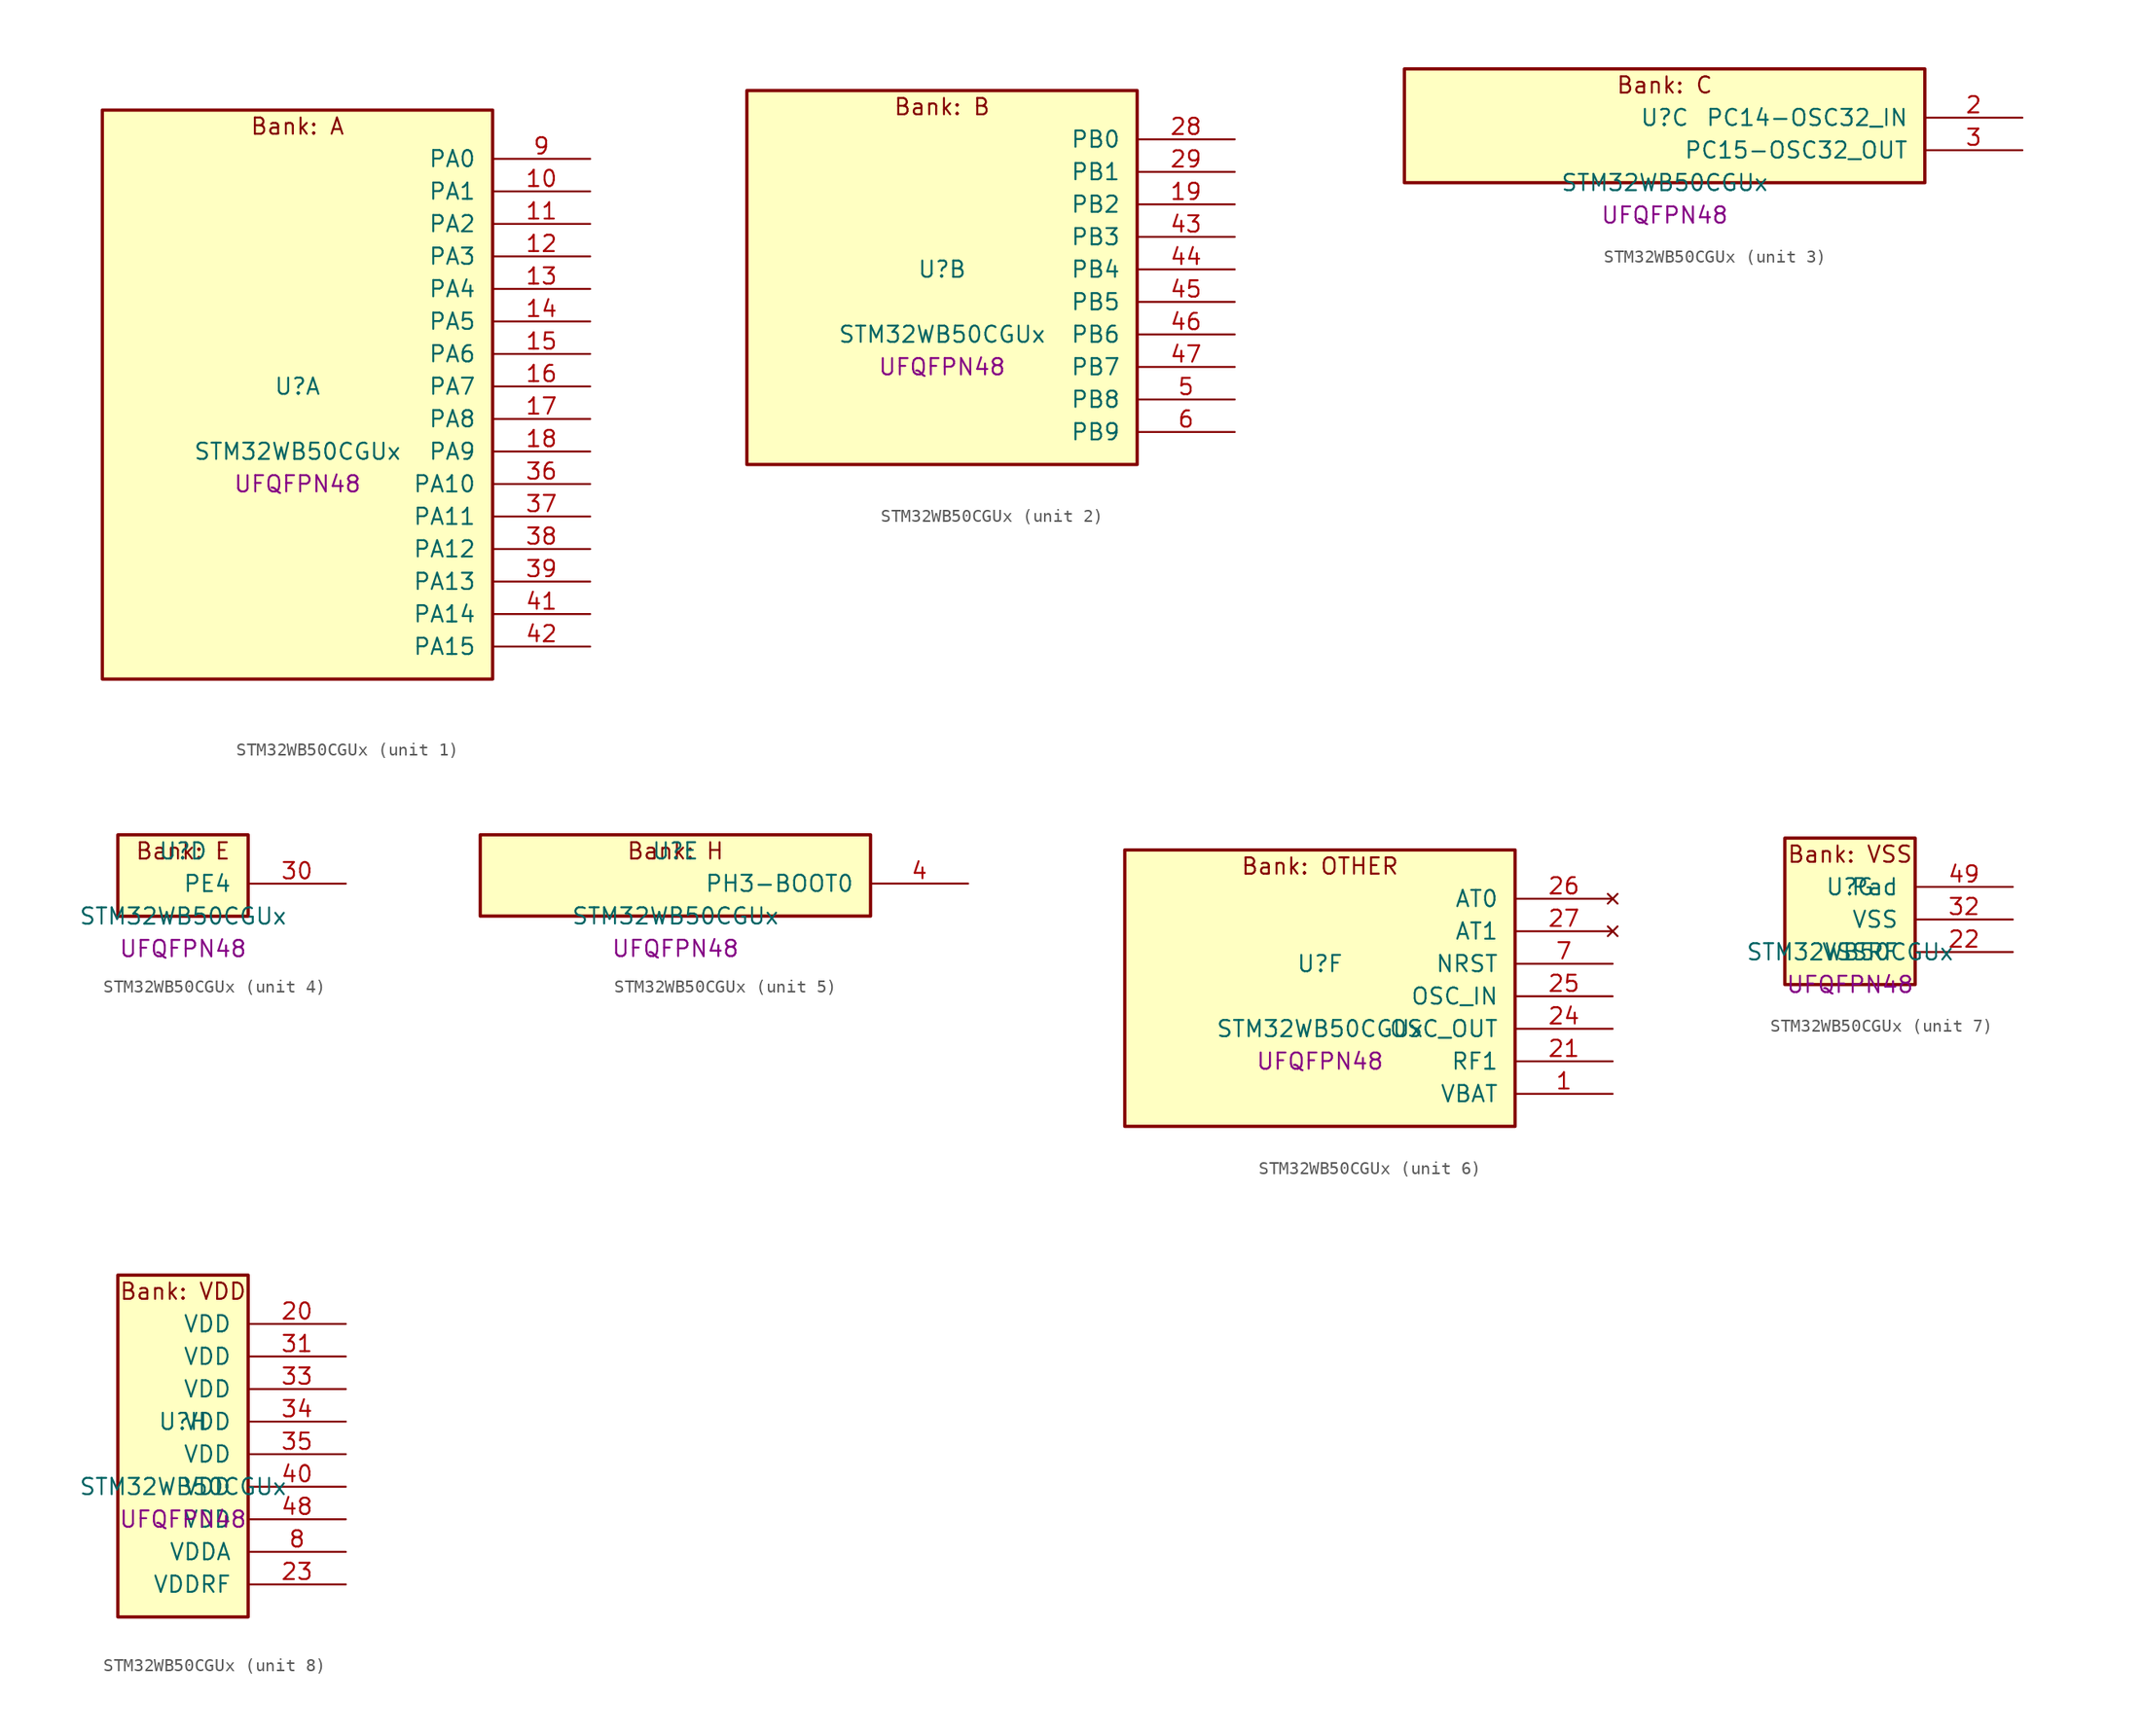
<source format=kicad_sym>
(kicad_symbol_lib
  (version 20241209)
  (generator "stm32_pkl_generator")
  (generator_version "1.0")
  (symbol "STM32WB50CGUx"
    (pin_names
      (offset 1.27))
    (property "Reference" "U"
      (at 0 2.54 0))
    (property "Value" "STM32WB50CGUx"
      (at 0 -2.54 0))
    (property "Footprint" "UFQFPN48"
      (at 0 -5.08 0))
    (symbol "STM32WB50CGUx_1_1"
      (rectangle (start -15.24 24.13) (end 15.24 -20.32) (stroke (width 0.254) (type solid)) (fill (type background)))
      (text "Bank: A" (at 0 22.86 0))
      (pin bidirectional line (at 22.86 20.32 180) (length 7.62) (name "PA0") (number "9") (alternate "PA0/ADC1_IN5" bidirectional line) (alternate "PA0/RTC_TAMP2" bidirectional line) (alternate "PA0/SYS_WKUP1" bidirectional line) (alternate "PA0/TIM2_CH1" bidirectional line) (alternate "PA0/TIM2_ETR" bidirectional line))
      (pin bidirectional line (at 22.86 17.78 180) (length 7.62) (name "PA1") (number "10") (alternate "PA1/ADC1_IN6" bidirectional line) (alternate "PA1/I2C1_SMBA" bidirectional line) (alternate "PA1/SPI1_SCK" bidirectional line) (alternate "PA1/TIM2_CH2" bidirectional line))
      (pin bidirectional line (at 22.86 15.24 180) (length 7.62) (name "PA2") (number "11") (alternate "PA2/ADC1_IN7" bidirectional line) (alternate "PA2/RCC_LSCO" bidirectional line) (alternate "PA2/SYS_WKUP4" bidirectional line) (alternate "PA2/TIM2_CH3" bidirectional line))
      (pin bidirectional line (at 22.86 12.7 180) (length 7.62) (name "PA3") (number "12") (alternate "PA3/ADC1_IN8" bidirectional line) (alternate "PA3/TIM2_CH4" bidirectional line))
      (pin bidirectional line (at 22.86 10.16 180) (length 7.62) (name "PA4") (number "13") (alternate "PA4/ADC1_IN9" bidirectional line) (alternate "PA4/LPTIM2_OUT" bidirectional line) (alternate "PA4/SPI1_NSS" bidirectional line))
      (pin bidirectional line (at 22.86 7.62 180) (length 7.62) (name "PA5") (number "14") (alternate "PA5/ADC1_IN10" bidirectional line) (alternate "PA5/LPTIM2_ETR" bidirectional line) (alternate "PA5/SPI1_SCK" bidirectional line) (alternate "PA5/TIM2_CH1" bidirectional line) (alternate "PA5/TIM2_ETR" bidirectional line))
      (pin bidirectional line (at 22.86 5.08 180) (length 7.62) (name "PA6") (number "15") (alternate "PA6/ADC1_IN11" bidirectional line) (alternate "PA6/SPI1_MISO" bidirectional line) (alternate "PA6/TIM16_CH1" bidirectional line) (alternate "PA6/TIM1_BKIN" bidirectional line))
      (pin bidirectional line (at 22.86 2.54 180) (length 7.62) (name "PA7") (number "16") (alternate "PA7/ADC1_IN12" bidirectional line) (alternate "PA7/SPI1_MOSI" bidirectional line) (alternate "PA7/TIM17_CH1" bidirectional line) (alternate "PA7/TIM1_CH1N" bidirectional line))
      (pin bidirectional line (at 22.86 0 180) (length 7.62) (name "PA8") (number "17") (alternate "PA8/ADC1_IN15" bidirectional line) (alternate "PA8/LPTIM2_OUT" bidirectional line) (alternate "PA8/RCC_MCO" bidirectional line) (alternate "PA8/TIM1_CH1" bidirectional line) (alternate "PA8/USART1_CK" bidirectional line))
      (pin bidirectional line (at 22.86 -2.54 180) (length 7.62) (name "PA9") (number "18") (alternate "PA9/ADC1_IN16" bidirectional line) (alternate "PA9/I2C1_SCL" bidirectional line) (alternate "PA9/TIM1_CH2" bidirectional line) (alternate "PA9/USART1_TX" bidirectional line))
      (pin bidirectional line (at 22.86 -5.08 180) (length 7.62) (name "PA10") (number "36") (alternate "PA10/I2C1_SDA" bidirectional line) (alternate "PA10/TIM17_BKIN" bidirectional line) (alternate "PA10/TIM1_CH3" bidirectional line) (alternate "PA10/USART1_RX" bidirectional line))
      (pin bidirectional line (at 22.86 -7.62 180) (length 7.62) (name "PA11") (number "37") (alternate "PA11/ADC1_EXTI11" bidirectional line) (alternate "PA11/SPI1_MISO" bidirectional line) (alternate "PA11/TIM1_BKIN2" bidirectional line) (alternate "PA11/TIM1_CH4" bidirectional line) (alternate "PA11/USART1_CTS" bidirectional line) (alternate "PA11/USART1_NSS" bidirectional line))
      (pin bidirectional line (at 22.86 -10.16 180) (length 7.62) (name "PA12") (number "38") (alternate "PA12/SPI1_MOSI" bidirectional line) (alternate "PA12/TIM1_ETR" bidirectional line) (alternate "PA12/USART1_DE" bidirectional line) (alternate "PA12/USART1_RTS" bidirectional line))
      (pin bidirectional line (at 22.86 -12.7 180) (length 7.62) (name "PA13") (number "39") (alternate "PA13/IR_OUT" bidirectional line) (alternate "PA13/SYS_JTMS-SWDIO" bidirectional line))
      (pin bidirectional line (at 22.86 -15.24 180) (length 7.62) (name "PA14") (number "41") (alternate "PA14/I2C1_SMBA" bidirectional line) (alternate "PA14/LPTIM1_OUT" bidirectional line) (alternate "PA14/SYS_JTCK-SWCLK" bidirectional line))
      (pin bidirectional line (at 22.86 -17.78 180) (length 7.62) (name "PA15") (number "42") (alternate "PA15/ADC1_EXTI15" bidirectional line) (alternate "PA15/RCC_MCO" bidirectional line) (alternate "PA15/SPI1_NSS" bidirectional line) (alternate "PA15/SYS_JTDI" bidirectional line) (alternate "PA15/TIM2_CH1" bidirectional line) (alternate "PA15/TIM2_ETR" bidirectional line)))
    (symbol "STM32WB50CGUx_2_1"
      (rectangle (start -15.24 16.51) (end 15.24 -12.7) (stroke (width 0.254) (type solid)) (fill (type background)))
      (text "Bank: B" (at 0 15.24 0))
      (pin bidirectional line (at 22.86 12.7 180) (length 7.62) (name "PB0") (number "28") (alternate "PB0/RF_TX_MOD_EXT_PA" bidirectional line))
      (pin bidirectional line (at 22.86 10.16 180) (length 7.62) (name "PB1") (number "29") (alternate "PB1/LPTIM2_IN1" bidirectional line))
      (pin bidirectional line (at 22.86 7.62 180) (length 7.62) (name "PB2") (number "19") (alternate "PB2/LPTIM1_OUT" bidirectional line) (alternate "PB2/RTC_OUT2" bidirectional line) (alternate "PB2/SPI1_NSS" bidirectional line))
      (pin bidirectional line (at 22.86 5.08 180) (length 7.62) (name "PB3") (number "43") (alternate "PB3/SPI1_SCK" bidirectional line) (alternate "PB3/SYS_JTDO-SWO" bidirectional line) (alternate "PB3/TIM2_CH2" bidirectional line) (alternate "PB3/USART1_DE" bidirectional line) (alternate "PB3/USART1_RTS" bidirectional line))
      (pin bidirectional line (at 22.86 2.54 180) (length 7.62) (name "PB4") (number "44") (alternate "PB4/SPI1_MISO" bidirectional line) (alternate "PB4/SYS_JTRST" bidirectional line) (alternate "PB4/TIM17_BKIN" bidirectional line) (alternate "PB4/USART1_CTS" bidirectional line) (alternate "PB4/USART1_NSS" bidirectional line))
      (pin bidirectional line (at 22.86 0 180) (length 7.62) (name "PB5") (number "45") (alternate "PB5/I2C1_SMBA" bidirectional line) (alternate "PB5/LPTIM1_IN1" bidirectional line) (alternate "PB5/SPI1_MOSI" bidirectional line) (alternate "PB5/TIM16_BKIN" bidirectional line) (alternate "PB5/USART1_CK" bidirectional line))
      (pin bidirectional line (at 22.86 -2.54 180) (length 7.62) (name "PB6") (number "46") (alternate "PB6/I2C1_SCL" bidirectional line) (alternate "PB6/LPTIM1_ETR" bidirectional line) (alternate "PB6/RCC_MCO" bidirectional line) (alternate "PB6/TIM16_CH1N" bidirectional line) (alternate "PB6/USART1_TX" bidirectional line))
      (pin bidirectional line (at 22.86 -5.08 180) (length 7.62) (name "PB7") (number "47") (alternate "PB7/I2C1_SDA" bidirectional line) (alternate "PB7/LPTIM1_IN2" bidirectional line) (alternate "PB7/SYS_PVD_IN" bidirectional line) (alternate "PB7/TIM17_CH1N" bidirectional line) (alternate "PB7/TIM1_BKIN" bidirectional line) (alternate "PB7/USART1_RX" bidirectional line))
      (pin bidirectional line (at 22.86 -7.62 180) (length 7.62) (name "PB8") (number "5") (alternate "PB8/I2C1_SCL" bidirectional line) (alternate "PB8/TIM16_CH1" bidirectional line) (alternate "PB8/TIM1_CH2N" bidirectional line))
      (pin bidirectional line (at 22.86 -10.16 180) (length 7.62) (name "PB9") (number "6") (alternate "PB9/I2C1_SDA" bidirectional line) (alternate "PB9/IR_OUT" bidirectional line) (alternate "PB9/TIM17_CH1" bidirectional line) (alternate "PB9/TIM1_CH3N" bidirectional line)))
    (symbol "STM32WB50CGUx_3_1"
      (rectangle (start -20.32 6.35) (end 20.32 -2.54) (stroke (width 0.254) (type solid)) (fill (type background)))
      (text "Bank: C" (at 0 5.08 0))
      (pin bidirectional line (at 27.94 2.54 180) (length 7.62) (name "PC14-OSC32_IN") (number "2") (alternate "PC14-OSC32_IN/RCC_OSC32_IN" bidirectional line))
      (pin bidirectional line (at 27.94 0 180) (length 7.62) (name "PC15-OSC32_OUT") (number "3") (alternate "PC15-OSC32_OUT/ADC1_EXTI15" bidirectional line) (alternate "PC15-OSC32_OUT/RCC_OSC32_OUT" bidirectional line)))
    (symbol "STM32WB50CGUx_4_1"
      (rectangle (start -5.08 3.81) (end 5.08 -2.54) (stroke (width 0.254) (type solid)) (fill (type background)))
      (text "Bank: E" (at 0 2.54 0))
      (pin bidirectional line (at 12.7 0 180) (length 7.62) (name "PE4") (number "30")))
    (symbol "STM32WB50CGUx_5_1"
      (rectangle (start -15.24 3.81) (end 15.24 -2.54) (stroke (width 0.254) (type solid)) (fill (type background)))
      (text "Bank: H" (at 0 2.54 0))
      (pin bidirectional line (at 22.86 0 180) (length 7.62) (name "PH3-BOOT0") (number "4") (alternate "PH3-BOOT0/RCC_LSCO" bidirectional line)))
    (symbol "STM32WB50CGUx_6_1"
      (rectangle (start -15.24 11.43) (end 15.24 -10.16) (stroke (width 0.254) (type solid)) (fill (type background)))
      (text "Bank: OTHER" (at 0 10.16 0))
      (pin no_connect line (at 22.86 7.62 180) (length 7.62) (name "AT0") (number "26"))
      (pin no_connect line (at 22.86 5.08 180) (length 7.62) (name "AT1") (number "27"))
      (pin input line (at 22.86 2.54 180) (length 7.62) (name "NRST") (number "7"))
      (pin bidirectional line (at 22.86 0 180) (length 7.62) (name "OSC_IN") (number "25") (alternate "OSC_IN/RCC_OSC_IN" bidirectional line))
      (pin bidirectional line (at 22.86 -2.54 180) (length 7.62) (name "OSC_OUT") (number "24") (alternate "OSC_OUT/RCC_OSC_OUT" bidirectional line))
      (pin bidirectional line (at 22.86 -5.08 180) (length 7.62) (name "RF1") (number "21") (alternate "RF1/RF_RF1" bidirectional line))
      (pin power_in line (at 22.86 -7.62 180) (length 7.62) (name "VBAT") (number "1")))
    (symbol "STM32WB50CGUx_7_1"
      (rectangle (start -5.08 6.35) (end 5.08 -5.08) (stroke (width 0.254) (type solid)) (fill (type background)))
      (text "Bank: VSS" (at 0 5.08 0))
      (pin passive line (at 12.7 2.54 180) (length 7.62) (name "Pad") (number "49"))
      (pin power_in line (at 12.7 0 180) (length 7.62) (name "VSS") (number "32"))
      (pin power_in line (at 12.7 -2.54 180) (length 7.62) (name "VSSRF") (number "22")))
    (symbol "STM32WB50CGUx_8_1"
      (rectangle (start -5.08 13.97) (end 5.08 -12.7) (stroke (width 0.254) (type solid)) (fill (type background)))
      (text "Bank: VDD" (at 0 12.7 0))
      (pin power_in line (at 12.7 10.16 180) (length 7.62) (name "VDD") (number "20"))
      (pin power_in line (at 12.7 7.62 180) (length 7.62) (name "VDD") (number "31"))
      (pin power_in line (at 12.7 5.08 180) (length 7.62) (name "VDD") (number "33"))
      (pin power_in line (at 12.7 2.54 180) (length 7.62) (name "VDD") (number "34"))
      (pin power_in line (at 12.7 0 180) (length 7.62) (name "VDD") (number "35"))
      (pin power_in line (at 12.7 -2.54 180) (length 7.62) (name "VDD") (number "40"))
      (pin power_in line (at 12.7 -5.08 180) (length 7.62) (name "VDD") (number "48"))
      (pin power_in line (at 12.7 -7.62 180) (length 7.62) (name "VDDA") (number "8"))
      (pin power_in line (at 12.7 -10.16 180) (length 7.62) (name "VDDRF") (number "23")))))
</source>
